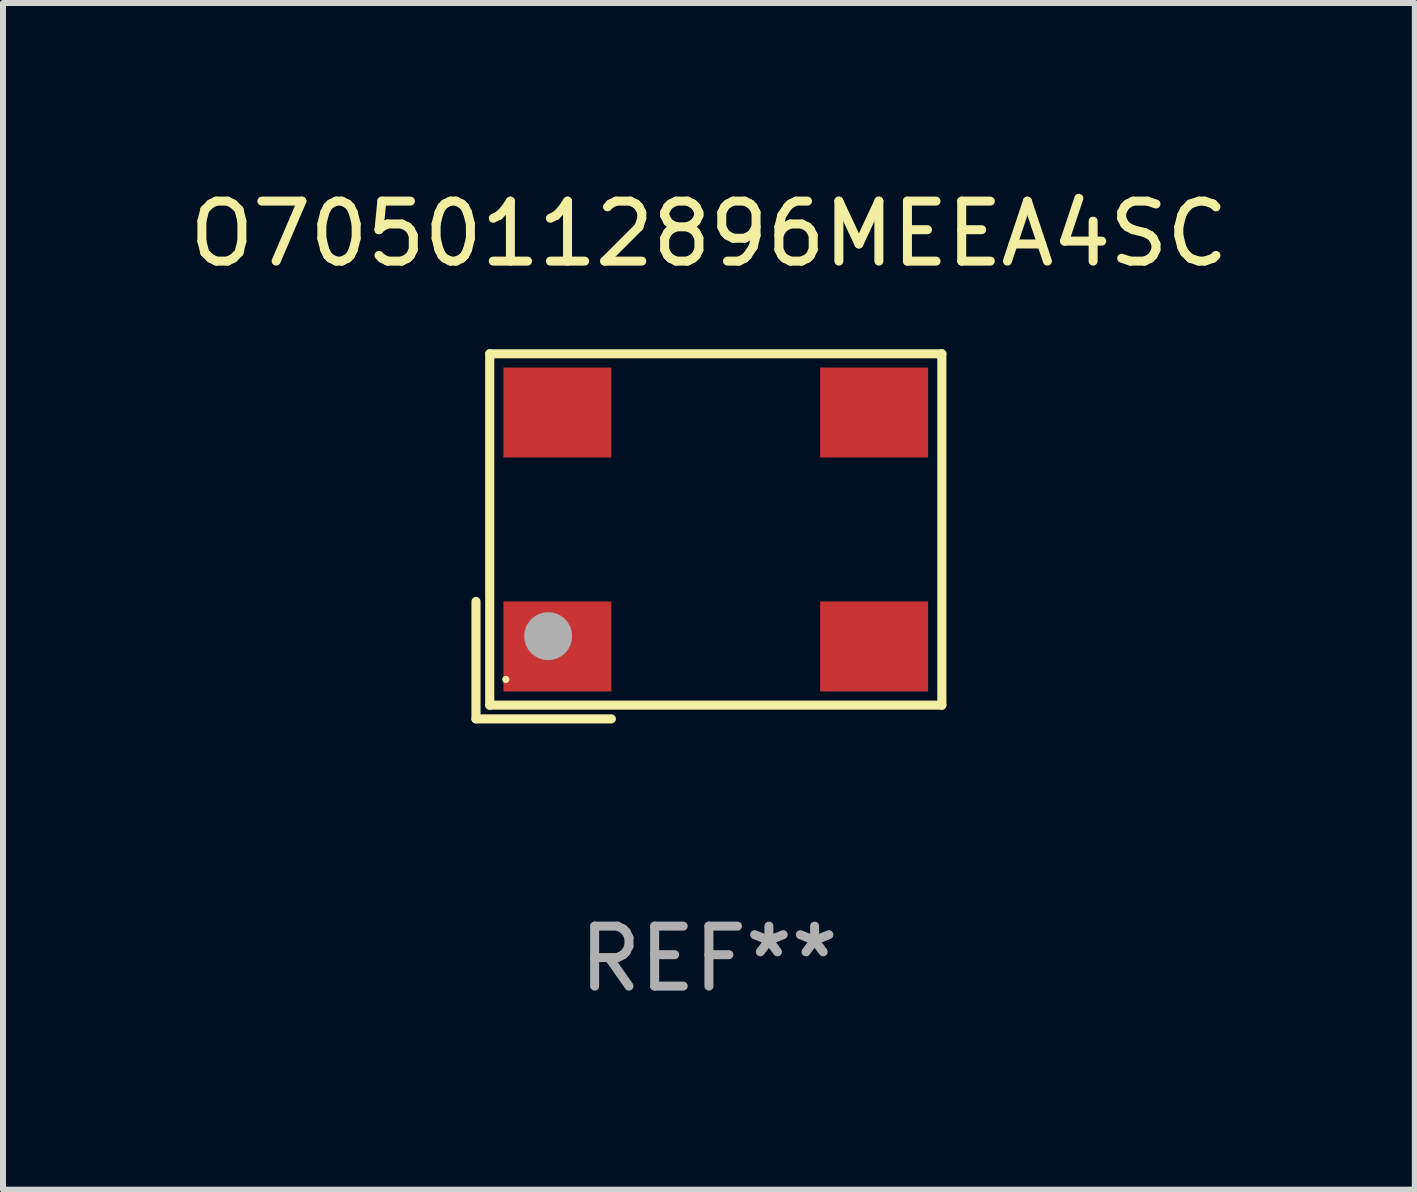
<source format=kicad_pcb>
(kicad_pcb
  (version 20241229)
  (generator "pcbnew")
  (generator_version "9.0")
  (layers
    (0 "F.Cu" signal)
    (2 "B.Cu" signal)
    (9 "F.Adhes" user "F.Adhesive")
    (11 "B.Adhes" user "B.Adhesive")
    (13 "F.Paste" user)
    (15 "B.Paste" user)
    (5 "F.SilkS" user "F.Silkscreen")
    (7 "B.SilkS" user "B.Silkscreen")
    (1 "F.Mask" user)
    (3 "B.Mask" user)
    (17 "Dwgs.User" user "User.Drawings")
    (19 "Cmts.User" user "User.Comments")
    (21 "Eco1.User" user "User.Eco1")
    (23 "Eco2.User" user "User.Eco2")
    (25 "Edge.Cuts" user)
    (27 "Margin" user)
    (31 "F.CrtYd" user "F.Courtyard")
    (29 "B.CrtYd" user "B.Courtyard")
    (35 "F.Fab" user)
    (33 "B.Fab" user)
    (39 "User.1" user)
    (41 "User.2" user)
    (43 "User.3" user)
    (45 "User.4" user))
  (footprint "O7050112896MEEA4SC"
    (layer "F.Cu")
    (at 8.768 5.891)
    (property "Reference" "O7050112896MEEA4SC" (at 0 -5.043 0) (layer "F.SilkS") (effects (font (size 1 1) (thickness 0.15))))
    (attr through_hole)
    (fp_line (start -3.883 1.086) (end -3.883 3.043) (stroke (width 0.152) (type solid)) (layer "F.SilkS"))
    (fp_line (start -3.883 3.043) (end -1.626 3.043) (stroke (width 0.152) (type solid)) (layer "F.SilkS"))
    (fp_line (start -3.654 -3.043) (end 3.883 -3.043) (stroke (width 0.152) (type solid)) (layer "F.SilkS"))
    (fp_line (start -3.654 2.814) (end -3.654 -3.043) (stroke (width 0.152) (type solid)) (layer "F.SilkS"))
    (fp_line (start 3.883 -3.043) (end 3.883 2.814) (stroke (width 0.152) (type solid)) (layer "F.SilkS"))
    (fp_line (start 3.883 2.814) (end -3.654 2.814) (stroke (width 0.152) (type solid)) (layer "F.SilkS"))
    (fp_circle (center -3.386 2.386) (end -3.356 2.386) (stroke (width 0.06) (type solid)) (fill no) (layer "F.SilkS"))
    (fp_circle (center -2.68 1.664) (end -2.48 1.664) (stroke (width 0.4) (type solid)) (fill no) (layer "F.Fab"))
    (fp_text user "REF**" (at 0 7.043 0) (layer "F.Fab") (effects (font (size 1 1) (thickness 0.15))))
    (pad "1" smd rect (at -2.526 1.836) (size 1.8 1.5) (layers "F.Cu" "F.Mask" "F.Paste"))
    (pad "2" smd rect (at 2.754 1.836) (size 1.8 1.5) (layers "F.Cu" "F.Mask" "F.Paste"))
    (pad "3" smd rect (at 2.754 -2.064) (size 1.8 1.5) (layers "F.Cu" "F.Mask" "F.Paste"))
    (pad "4" smd rect (at -2.526 -2.064) (size 1.8 1.5) (layers "F.Cu" "F.Mask" "F.Paste")))
  (gr_rect
    (start -3 -3)
    (end 20.536 16.782)
    (stroke (width 0.1) (type default))
    (fill no)
    (layer "Edge.Cuts")))
</source>
